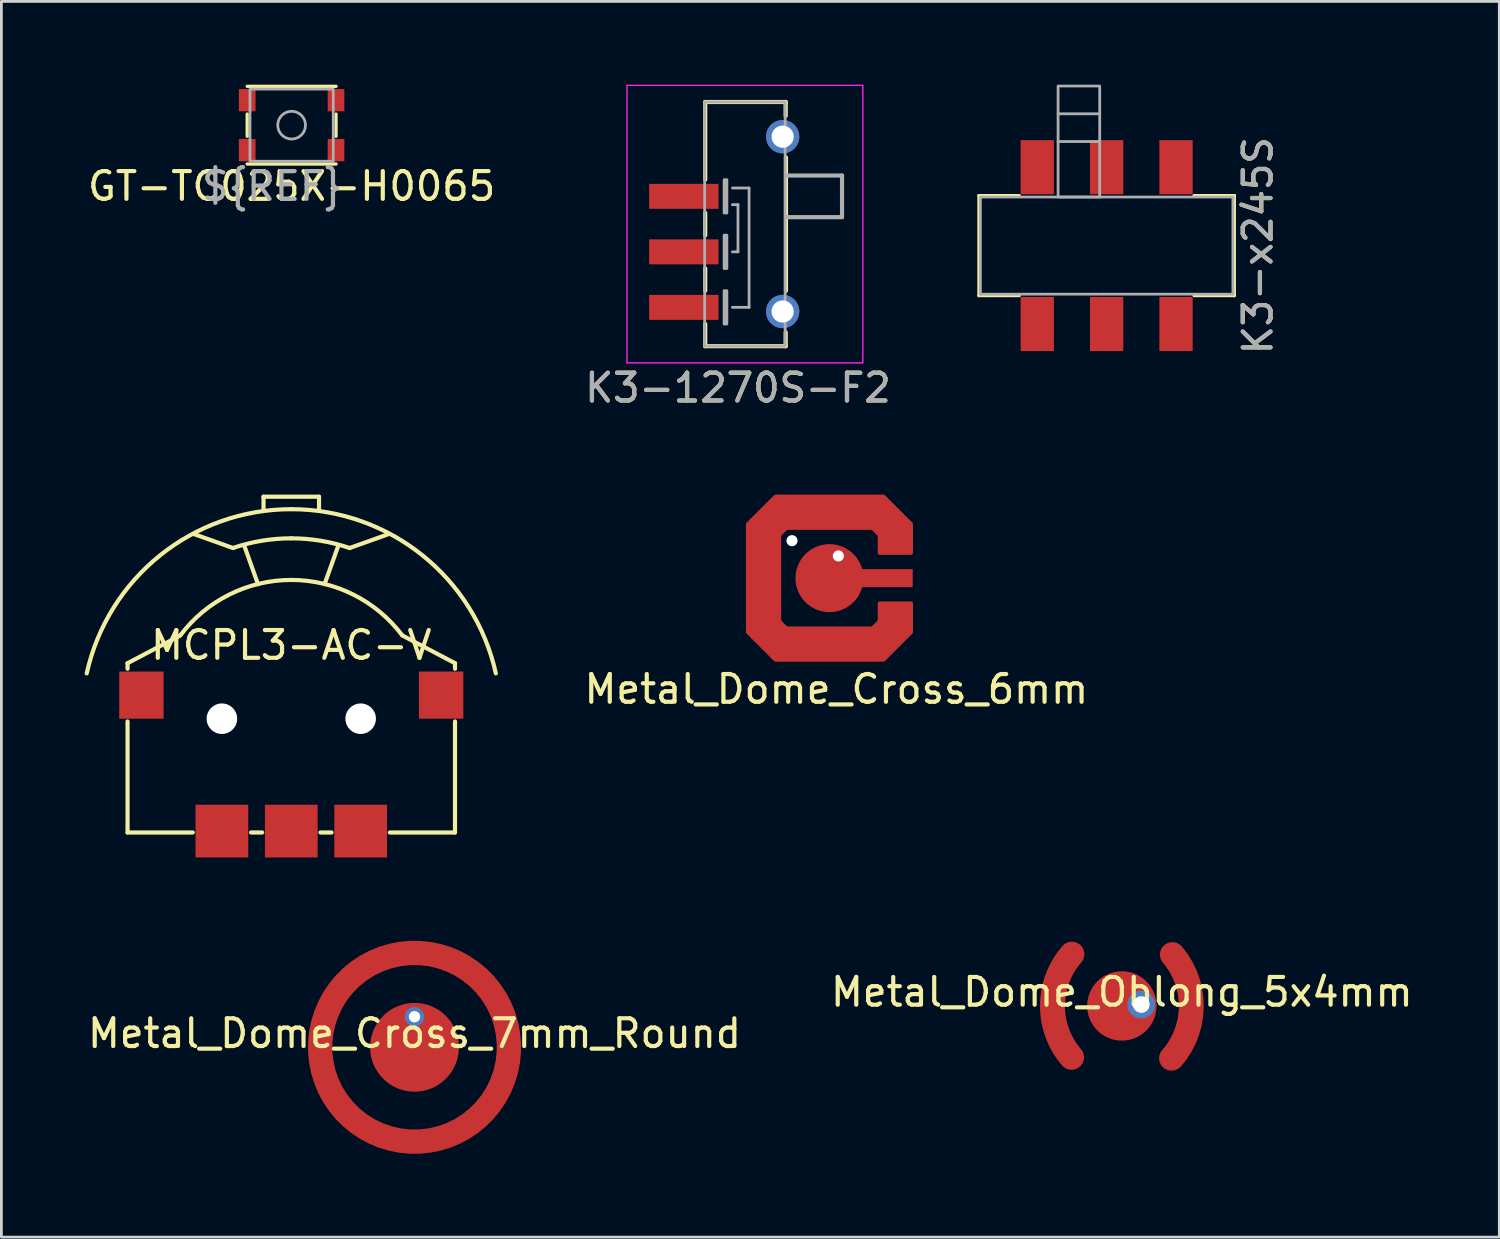
<source format=kicad_pcb>
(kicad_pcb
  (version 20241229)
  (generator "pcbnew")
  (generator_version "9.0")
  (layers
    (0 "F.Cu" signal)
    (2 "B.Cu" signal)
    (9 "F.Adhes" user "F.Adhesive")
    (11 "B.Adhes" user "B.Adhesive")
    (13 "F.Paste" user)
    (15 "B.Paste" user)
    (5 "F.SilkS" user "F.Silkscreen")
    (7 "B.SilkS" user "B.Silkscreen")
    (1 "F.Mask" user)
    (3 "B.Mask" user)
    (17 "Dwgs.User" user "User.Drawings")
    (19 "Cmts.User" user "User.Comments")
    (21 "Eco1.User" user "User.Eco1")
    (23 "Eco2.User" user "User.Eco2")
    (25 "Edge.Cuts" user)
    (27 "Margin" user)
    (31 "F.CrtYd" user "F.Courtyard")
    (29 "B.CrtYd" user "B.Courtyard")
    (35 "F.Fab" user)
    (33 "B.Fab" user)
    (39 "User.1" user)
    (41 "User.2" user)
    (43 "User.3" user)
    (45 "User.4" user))
  (footprint "K3-1270S-F2"
    (layer "F.Cu")
    (at 23.542 5.025)
    (property "Reference" "K3-1270S-F2" (at 0 5.9 0) (layer "F.SilkS") (effects (font (size 1 1) (thickness 0.15))))
    (attr smd)
    (fp_line (start -1.18 -4.4) (end -1.18 -1.6) (stroke (width 0.15) (type solid)) (layer "F.SilkS"))
    (fp_line (start -1.18 -0.4) (end -1.18 0.4) (stroke (width 0.15) (type solid)) (layer "F.SilkS"))
    (fp_line (start -1.18 1.6) (end -1.18 2.4) (stroke (width 0.15) (type solid)) (layer "F.SilkS"))
    (fp_line (start -1.18 3.6) (end -1.18 4.4) (stroke (width 0.15) (type solid)) (layer "F.SilkS"))
    (fp_line (start -1.18 4.4) (end 1.72 4.4) (stroke (width 0.15) (type solid)) (layer "F.SilkS"))
    (fp_line (start 1.72 -4.4) (end -1.18 -4.4) (stroke (width 0.15) (type solid)) (layer "F.SilkS"))
    (fp_line (start 1.72 -3.9) (end 1.72 -4.4) (stroke (width 0.15) (type solid)) (layer "F.SilkS"))
    (fp_line (start 1.72 4.4) (end 1.72 3.9) (stroke (width 0.15) (type solid)) (layer "F.SilkS"))
    (fp_line (start 1.73 2.4) (end 1.73 -2.4) (stroke (width 0.15) (type solid)) (layer "F.SilkS"))
    (fp_rect (start -4 -5) (end 4.5 5) (stroke (width 0.05) (type default)) (fill no) (layer "F.CrtYd"))
    (fp_line (start -0.2 1) (end 0 1) (stroke (width 0.1) (type default)) (layer "F.Fab"))
    (fp_line (start -0.2 3) (end 0.4 3) (stroke (width 0.1) (type default)) (layer "F.Fab"))
    (fp_line (start 0 -0.7) (end -0.2 -0.7) (stroke (width 0.1) (type default)) (layer "F.Fab"))
    (fp_line (start 0 1) (end 0 -0.7) (stroke (width 0.1) (type default)) (layer "F.Fab"))
    (fp_line (start 0.4 -1.3) (end -0.2 -1.3) (stroke (width 0.1) (type default)) (layer "F.Fab"))
    (fp_line (start 0.4 3) (end 0.4 -1.3) (stroke (width 0.1) (type default)) (layer "F.Fab"))
    (fp_line (start 1.73 -0.25) (end 3.75 -0.25) (stroke (width 0.15) (type solid)) (layer "F.Fab"))
    (fp_line (start 3.75 -1.75) (end 1.73 -1.75) (stroke (width 0.15) (type solid)) (layer "F.Fab"))
    (fp_line (start 3.75 -0.25) (end 3.75 -1.75) (stroke (width 0.15) (type solid)) (layer "F.Fab"))
    (fp_rect (start -1.2 -4.4) (end 1.7 4.4) (stroke (width 0.1) (type default)) (fill no) (layer "F.Fab"))
    (fp_rect (start -0.5 -1.6) (end -0.4 -0.4) (stroke (width 0.1) (type default)) (fill no) (layer "F.Fab"))
    (fp_rect (start -0.5 0.4) (end -0.4 1.6) (stroke (width 0.1) (type default)) (fill no) (layer "F.Fab"))
    (fp_rect (start -0.5 2.4) (end -0.4 3.6) (stroke (width 0.1) (type default)) (fill no) (layer "F.Fab"))
    (fp_text user "${REFERENCE}" (at 0 5.9 0) (layer "F.Fab") (effects (font (size 1 1) (thickness 0.15))))
    (pad "1" smd rect (at -1.95 3 90) (size 0.9 2.5) (layers "F.Cu" "F.Mask" "F.Paste"))
    (pad "2" smd rect (at -1.95 -1 90) (size 0.9 2.5) (layers "F.Cu" "F.Mask" "F.Paste"))
    (pad "3" smd rect (at -1.95 1 90) (size 0.9 2.5) (layers "F.Cu" "F.Mask" "F.Paste"))
    (pad "MP" thru_hole circle (at 1.61 -3.15) (size 1.2 1.2) (drill 0.8) (layers "*.Cu" "*.Mask"))
    (pad "MP" thru_hole circle (at 1.61 3.15) (size 1.2 1.2) (drill 0.8) (layers "*.Cu" "*.Mask")))
  (footprint "GT-TC025X-H0065"
    (layer "F.Cu")
    (at 7.458 1.46)
    (property "Reference" "GT-TC025X-H0065" (at 0 2.2 0) (unlocked yes) (layer "F.SilkS") (effects (font (size 1 1) (thickness 0.15))))
    (attr smd)
    (fp_line (start -1.6 -1.4) (end 1.6 -1.4) (stroke (width 0.12) (type default)) (layer "F.SilkS"))
    (fp_line (start -1.6 -0.4) (end -1.6 0.4) (stroke (width 0.12) (type default)) (layer "F.SilkS"))
    (fp_line (start -1.6 1.4) (end 1.6 1.4) (stroke (width 0.12) (type default)) (layer "F.SilkS"))
    (fp_line (start 1.6 -0.4) (end 1.6 0.4) (stroke (width 0.12) (type default)) (layer "F.SilkS"))
    (fp_rect (start -1.5 -1.3) (end 1.5 1.3) (stroke (width 0.1) (type default)) (fill no) (layer "F.Fab"))
    (fp_circle (center 0 0) (end 0.5 0) (stroke (width 0.1) (type default)) (fill no) (layer "F.Fab"))
    (fp_text user "${REF}" (at -0.7 2.2 0) (unlocked yes) (layer "F.Fab") (effects (font (size 1 1) (thickness 0.15))))
    (pad "1" smd rect (at -1.6 -0.9) (size 0.6 0.8) (layers "F.Cu" "F.Mask" "F.Paste"))
    (pad "1" smd rect (at 1.6 -0.9 90) (size 0.8 0.6) (layers "F.Cu" "F.Mask" "F.Paste"))
    (pad "2" smd rect (at -1.6 0.9 90) (size 0.8 0.6) (layers "F.Cu" "F.Mask" "F.Paste"))
    (pad "2" smd rect (at 1.6 0.9 90) (size 0.8 0.6) (layers "F.Cu" "F.Mask" "F.Paste")))
  (footprint "Metal_Dome_Cross_7mm_Round"
    (layer "F.Cu")
    (at 11.887 34.688)
    (property "Reference" "Metal_Dome_Cross_7mm_Round" (at 0 -0.5 0) (unlocked yes) (layer "F.SilkS") (effects (font (size 1 1) (thickness 0.15))))
    (fp_circle (center 0 0) (end 3.5 0) (stroke (width 0.2) (type default)) (fill no) (layer "Eco1.User"))
    (pad "1" thru_hole circle (at 0 -1.1) (size 0.7 0.7) (drill 0.41) (layers "*.Cu" "*.Mask"))
    (pad "1" smd circle (at 0 0) (size 3.2 3.2) (layers "F.Cu" "F.Mask"))
    (pad "2" smd custom (at 3.4 0) (size 0.88 0.88) (layers "F.Cu" "F.Mask") (options (anchor circle)) (primitives (gr_circle (center -3.4 0) (end 0 0) (width 0.88) (fill no)))))
  (footprint "Metal_Dome_Oblong_5x4mm"
    (layer "F.Cu")
    (at 37.375 33.198)
    (property "Reference" "Metal_Dome_Oblong_5x4mm" (at 0 -0.5 0) (unlocked yes) (layer "F.SilkS") (effects (font (size 1 1) (thickness 0.15))))
    (fp_arc (start -1.813741 1.849995) (mid -2.5 -0.009623) (end -1.801143 -1.864543) (stroke (width 0.9) (type solid)) (layer "F.Cu"))
    (fp_arc (start -1.813741 1.849995) (mid -2.5 -0.009623) (end -1.801143 -1.864543) (stroke (width 0.9) (type solid)) (layer "F.Mask"))
    (fp_poly (pts (xy 2.8 0) (xy 1.8 2.25) (xy -1.8 2.25) (xy -2.8 0) (xy -1.8 -2.25) (xy 1.8 -2.25)) (stroke (width 0.05) (type solid)) (fill yes) (layer "F.Mask"))
    (fp_line (start 1.65 -1.75) (end -1.65 -1.75) (stroke (width 0.1) (type solid)) (layer "Eco1.User"))
    (fp_line (start 1.65 1.75) (end -1.65 1.75) (stroke (width 0.1) (type solid)) (layer "Eco1.User"))
    (fp_arc (start -1.650001 1.749998) (mid -2.40548 -0.000001) (end -1.65 -1.749999) (stroke (width 0.1) (type solid)) (layer "Eco1.User"))
    (fp_arc (start 1.65 -1.749999) (mid 2.40548 -0.000001) (end 1.650001 1.749998) (stroke (width 0.1) (type solid)) (layer "Eco1.User"))
    (pad "1" smd circle (at 0 0) (size 2.5 2.5) (layers "F.Cu" "F.Mask"))
    (pad "1" thru_hole circle (at 0.7 -0.05) (size 1 1) (drill 0.6) (layers "*.Cu"))
    (pad "2" smd custom (at 2.5 0) (size 0.9 0.9) (layers "F.Cu" "F.Mask") (options (anchor circle)) (primitives (gr_arc (start -0.68 -1.85) (mid 0.001473 0.022459) (end -0.709409 1.883951) (width 0.9))))
    (zone (net_name "") (layer "F.Cu") (hatch edge 0.508) (connect_pads) (min_thickness 0.254) (filled_areas_thickness no) (keepout (tracks allowed) (vias allowed) (pads allowed) (copperpour not_allowed) (footprints allowed)) (placement (enabled no)) (fill) (polygon (pts (xy 39.975 33.198) (xy 39.175 35.548) (xy 35.525 35.548) (xy 34.725 33.198) (xy 35.575 30.848) (xy 39.175 30.848)))))
  (footprint "Metal_Dome_Cross_6mm"
    (layer "F.Cu")
    (at 26.839 17.783)
    (property "Reference" "Metal_Dome_Cross_6mm" (at 0.25 4 0) (unlocked yes) (layer "F.SilkS") (effects (font (size 1 1) (thickness 0.15))))
    (attr through_hole)
    (fp_poly (pts (xy 2.95 -0.88) (xy 2.95 1.12) (xy 2 2) (xy -2 2) (xy -2 -2.1) (xy 1.9 -2.1)) (stroke (width 0.1) (type solid)) (fill yes) (layer "F.Mask"))
    (pad "" np_thru_hole circle (at -1.35 -1.35) (size 0.4 0.4) (drill 0.4) (layers "*.Cu" "*.Mask"))
    (pad "" np_thru_hole circle (at 0.32 -0.8) (size 0.4 0.4) (drill 0.4) (layers "*.Cu" "*.Mask"))
    (pad "1" smd circle (at 0 0) (size 2.45 2.45) (layers "F.Cu" "F.Mask" "F.Paste"))
    (pad "1" smd rect (at 1.5 0) (size 3 0.65) (layers "F.Cu" "F.Mask" "F.Paste"))
    (pad "2" smd custom (at -2.475 0) (size 1 1) (layers "F.Cu" "F.Mask" "F.Paste") (options (anchor rect)) (primitives (gr_poly (pts (xy 4.275 -0.9) (xy 4.275 -1.55) (xy 4.025 -1.8) (xy 0.925 -1.8) (xy 0.675 -1.55) (xy 0.675 1.55) (xy 0.925 1.8) (xy 4.025 1.8) (xy 4.275 1.55) (xy 4.275 0.9) (xy 5.425 0.9) (xy 5.425 1.95) (xy 4.425 2.95) (xy 0.525 2.95) (xy -0.475 1.95) (xy -0.475 -1.95) (xy 0.525 -2.95) (xy 4.425 -2.95) (xy 5.425 -1.95) (xy 5.425 -0.9)) (width 0.12) (fill yes)))))
  (footprint "MCPL3-AC-V"
    (layer "F.Cu")
    (at 7.446 22.848)
    (property "Reference" "MCPL3-AC-V" (at 0 -2.65 0) (layer "F.SilkS") (effects (font (size 1 1) (thickness 0.15))))
    (attr through_hole)
    (fp_line (start -5.9 -1.8) (end -5.9 -2) (stroke (width 0.15) (type solid)) (layer "F.SilkS"))
    (fp_line (start -5.9 4.1) (end -5.9 0.1) (stroke (width 0.15) (type solid)) (layer "F.SilkS"))
    (fp_line (start -5.9 4.1) (end -3.55 4.1) (stroke (width 0.15) (type solid)) (layer "F.SilkS"))
    (fp_line (start -4 -3) (end -5.9 -2) (stroke (width 0.15) (type solid)) (layer "F.SilkS"))
    (fp_line (start -2.1 -6.15) (end -3.5 -6.65) (stroke (width 0.15) (type solid)) (layer "F.SilkS"))
    (fp_line (start -1.7 -6.25) (end -1.2 -4.85) (stroke (width 0.15) (type solid)) (layer "F.SilkS"))
    (fp_line (start -1.45 4.1) (end -1.05 4.1) (stroke (width 0.15) (type solid)) (layer "F.SilkS"))
    (fp_line (start -1 -8) (end 1 -8) (stroke (width 0.15) (type solid)) (layer "F.SilkS"))
    (fp_line (start -1 -7.5) (end -1 -8) (stroke (width 0.15) (type solid)) (layer "F.SilkS"))
    (fp_line (start 1 -8) (end 1 -7.5) (stroke (width 0.15) (type solid)) (layer "F.SilkS"))
    (fp_line (start 1.05 4.1) (end 1.45 4.1) (stroke (width 0.15) (type solid)) (layer "F.SilkS"))
    (fp_line (start 1.7 -6.25) (end 1.2 -4.85) (stroke (width 0.15) (type solid)) (layer "F.SilkS"))
    (fp_line (start 2.1 -6.15) (end 3.5 -6.65) (stroke (width 0.15) (type solid)) (layer "F.SilkS"))
    (fp_line (start 3.55 4.1) (end 5.9 4.1) (stroke (width 0.15) (type solid)) (layer "F.SilkS"))
    (fp_line (start 4 -3) (end 5.9 -2) (stroke (width 0.15) (type solid)) (layer "F.SilkS"))
    (fp_line (start 5.9 -1.8) (end 5.9 -2) (stroke (width 0.15) (type solid)) (layer "F.SilkS"))
    (fp_line (start 5.9 4.1) (end 5.9 0.1) (stroke (width 0.15) (type solid)) (layer "F.SilkS"))
    (fp_arc (start -7.371374 -1.632586) (mid -4.726334 -5.887636) (end 0 -7.55) (stroke (width 0.15) (type solid)) (layer "F.SilkS"))
    (fp_arc (start -3.994608 -3.007176) (mid -2.232053 -4.474141) (end 0 -5) (stroke (width 0.15) (type solid)) (layer "F.SilkS"))
    (fp_arc (start -2.100435 -6.151274) (mid -1.064593 -6.412226) (end 0 -6.5) (stroke (width 0.15) (type solid)) (layer "F.SilkS"))
    (fp_arc (start 0 -7.55) (mid 4.725722 -5.888128) (end 7.371035 -1.634119) (stroke (width 0.15) (type solid)) (layer "F.SilkS"))
    (fp_arc (start 0 -6.5) (mid 1.067214 -6.41179) (end 2.105463 -6.149555) (stroke (width 0.15) (type solid)) (layer "F.SilkS"))
    (fp_arc (start 0 -5) (mid 2.230989 -4.474672) (end 3.993178 -3.009075) (stroke (width 0.15) (type solid)) (layer "F.SilkS"))
    (pad "" np_thru_hole oval (at -2.5 0) (size 1.1 1.1) (drill oval 1.1) (layers "*.Cu" "*.Mask"))
    (pad "" np_thru_hole oval (at 2.5 0) (size 1.1 1.1) (drill oval 1.1) (layers "*.Cu" "*.Mask"))
    (pad "1" smd rect (at -2.5 4.05) (size 1.9 1.9) (layers "F.Cu" "F.Mask" "F.Paste"))
    (pad "2" smd rect (at 2.5 4.05) (size 1.9 1.9) (layers "F.Cu" "F.Mask" "F.Paste"))
    (pad "C" smd rect (at 5.4 -0.85) (size 1.6 1.7) (layers "F.Cu" "F.Mask" "F.Paste"))
    (pad "G" smd rect (at -5.4 -0.85) (size 1.6 1.7) (layers "F.Cu" "F.Mask" "F.Paste"))
    (pad "T" smd rect (at 0 4.05) (size 1.9 1.9) (layers "F.Cu" "F.Mask" "F.Paste")))
  (footprint "K3-x245S"
    (layer "F.Cu")
    (at 36.827 5.8)
    (property "Reference" "K3-x245S" (at 5.45 0 90) (unlocked yes) (layer "F.SilkS") (effects (font (size 1 1) (thickness 0.15))))
    (fp_line (start -4.6 -1.8) (end -4.6 1.8) (stroke (width 0.12) (type solid)) (layer "F.SilkS"))
    (fp_line (start -4.6 1.8) (end -3.15 1.8) (stroke (width 0.12) (type solid)) (layer "F.SilkS"))
    (fp_line (start -3.15 -1.8) (end -4.6 -1.8) (stroke (width 0.12) (type solid)) (layer "F.SilkS"))
    (fp_line (start 3.15 -1.8) (end 4.6 -1.8) (stroke (width 0.12) (type solid)) (layer "F.SilkS"))
    (fp_line (start 4.6 -1.8) (end 4.6 1.8) (stroke (width 0.12) (type solid)) (layer "F.SilkS"))
    (fp_line (start 4.6 1.8) (end 3.15 1.8) (stroke (width 0.12) (type solid)) (layer "F.SilkS"))
    (fp_line (start -4.55 -1.75) (end -4.55 1.75) (stroke (width 0.1) (type solid)) (layer "F.Fab"))
    (fp_line (start -4.55 -1.75) (end 4.55 -1.75) (stroke (width 0.1) (type solid)) (layer "F.Fab"))
    (fp_line (start -4.55 1.75) (end 4.55 1.75) (stroke (width 0.1) (type solid)) (layer "F.Fab"))
    (fp_line (start -0.25 -4.75) (end -1.75 -4.75) (stroke (width 0.1) (type solid)) (layer "F.Fab"))
    (fp_line (start -0.25 -3.75) (end -1.75 -3.75) (stroke (width 0.1) (type solid)) (layer "F.Fab"))
    (fp_line (start 4.55 1.75) (end 4.55 -1.75) (stroke (width 0.1) (type solid)) (layer "F.Fab"))
    (fp_rect (start -1.75 -1.75) (end -0.25 -5.75) (stroke (width 0.1) (type solid)) (fill no) (layer "F.Fab"))
    (fp_text user "${REFERENCE}" (at 5.45 0 90) (unlocked yes) (layer "F.Fab") (effects (font (size 1 1) (thickness 0.15))))
    (pad "1" smd rect (at -2.5 2.825) (size 1.2 1.95) (layers "F.Cu" "F.Mask" "F.Paste"))
    (pad "2" smd rect (at 0 2.825) (size 1.2 1.95) (layers "F.Cu" "F.Mask" "F.Paste"))
    (pad "3" smd rect (at 2.5 2.825) (size 1.2 1.95) (layers "F.Cu" "F.Mask" "F.Paste"))
    (pad "4" smd rect (at -2.5 -2.825) (size 1.2 1.95) (layers "F.Cu" "F.Mask" "F.Paste"))
    (pad "5" smd rect (at 0 -2.825) (size 1.2 1.95) (layers "F.Cu" "F.Mask" "F.Paste"))
    (pad "6" smd rect (at 2.5 -2.825) (size 1.2 1.95) (layers "F.Cu" "F.Mask" "F.Paste")))
  (gr_rect
    (start -3 -3)
    (end 50.976 41.528)
    (stroke (width 0.1) (type default))
    (fill no)
    (layer "Edge.Cuts")))
</source>
